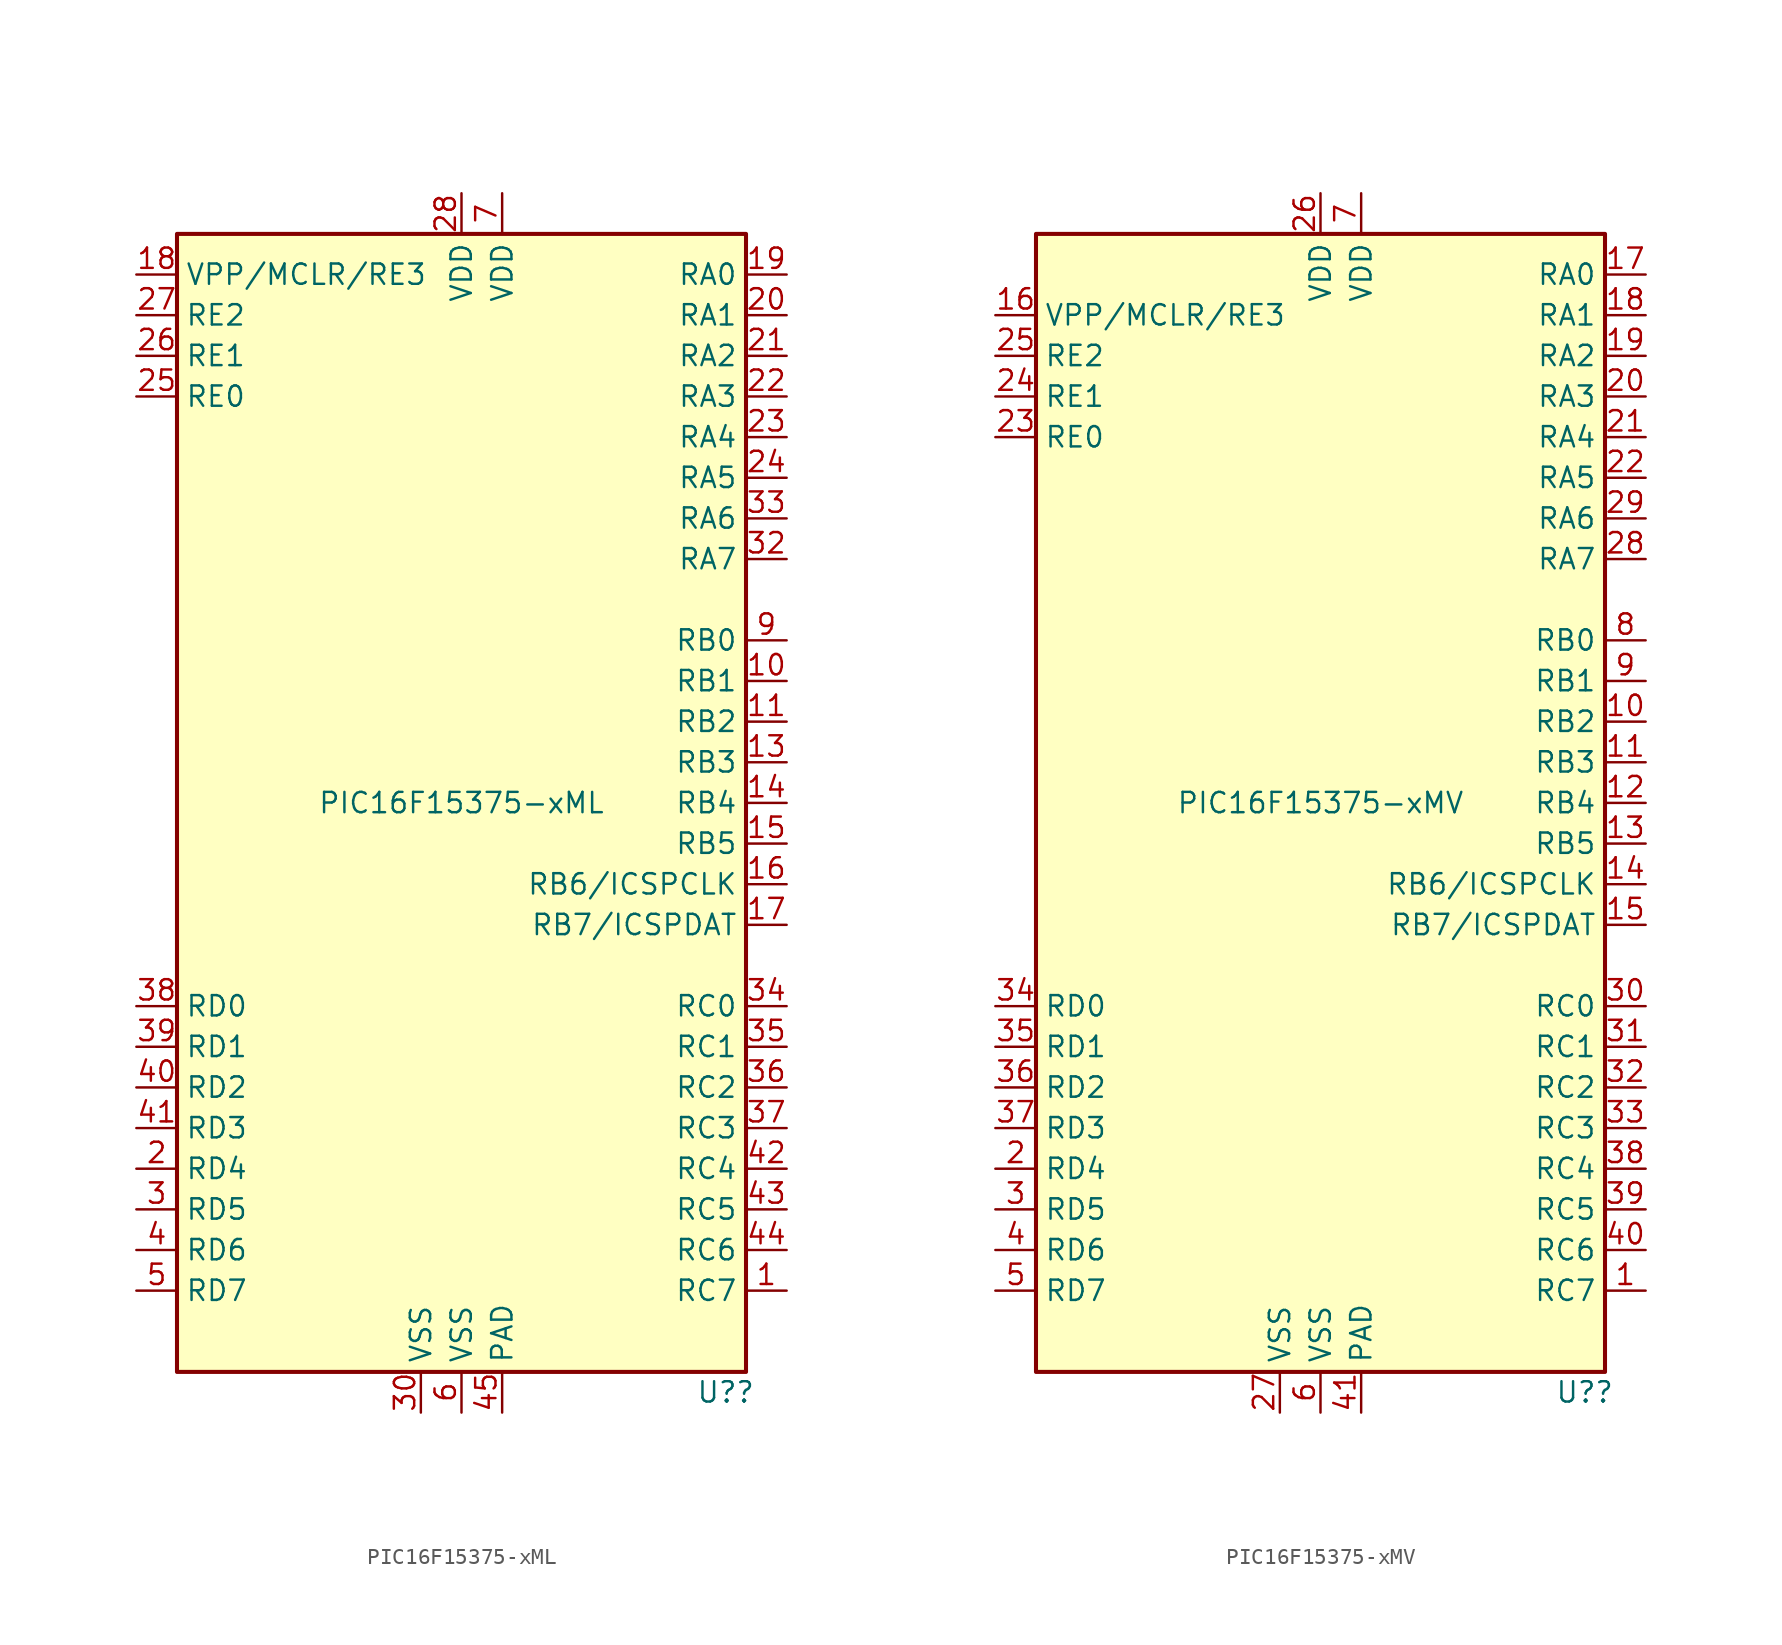
<source format=kicad_sym>
(kicad_symbol_lib
  (version 20220914)
  (generator kicad_symbol_editor)
  (symbol "PIC16F15375-xML"
    (property "Reference" "U?"
      (at 16.51 -36.83 0)
      (effects (font (size 1.27 1.27))))
    (property "Value" "PIC16F15375-xML"
      (at 0 0 0)
      (effects (font (size 1.27 1.27))))
    (symbol "PIC16F15375-xML_0_0"
      (pin no_connect line (at -17.78 0 0) (length 2.54) hide (name "NC" (effects (font (size 1.27 1.27)))) (number "13" (effects (font (size 1.27 1.27)))))
      (pin no_connect line (at -17.78 2.54 0) (length 2.54) hide (name "NC" (effects (font (size 1.27 1.27)))) (number "29" (effects (font (size 1.27 1.27)))))
      (pin no_connect line (at -17.78 7.62 0) (length 2.54) hide (name "NC" (effects (font (size 1.27 1.27)))) (number "31" (effects (font (size 1.27 1.27)))))
      (pin power_in line (at 2.54 -38.1 90) (length 2.54) (name "PAD" (effects (font (size 1.27 1.27)))) (number "45" (effects (font (size 1.27 1.27)))))
      (pin no_connect line (at -17.78 5.08 0) (length 2.54) hide (name "NC" (effects (font (size 1.27 1.27)))) (number "8" (effects (font (size 1.27 1.27))))))
    (symbol "PIC16F15375-xML_0_1"
      (rectangle (start -17.78 35.56) (end 17.78 -35.56) (stroke (width 0.254) (type default)) (fill (type background))))
    (symbol "PIC16F15375-xML_1_1"
      (pin bidirectional line (at 20.32 -30.48 180) (length 2.54) (name "RC7" (effects (font (size 1.27 1.27)))) (number "1" (effects (font (size 1.27 1.27)))))
      (pin bidirectional line (at 20.32 7.62 180) (length 2.54) (name "RB1" (effects (font (size 1.27 1.27)))) (number "10" (effects (font (size 1.27 1.27)))))
      (pin bidirectional line (at 20.32 5.08 180) (length 2.54) (name "RB2" (effects (font (size 1.27 1.27)))) (number "11" (effects (font (size 1.27 1.27)))))
      (pin bidirectional line (at 20.32 2.54 180) (length 2.54) (name "RB3" (effects (font (size 1.27 1.27)))) (number "13" (effects (font (size 1.27 1.27)))))
      (pin bidirectional line (at 20.32 0 180) (length 2.54) (name "RB4" (effects (font (size 1.27 1.27)))) (number "14" (effects (font (size 1.27 1.27)))))
      (pin bidirectional line (at 20.32 -2.54 180) (length 2.54) (name "RB5" (effects (font (size 1.27 1.27)))) (number "15" (effects (font (size 1.27 1.27)))))
      (pin bidirectional line (at 20.32 -5.08 180) (length 2.54) (name "RB6/ICSPCLK" (effects (font (size 1.27 1.27)))) (number "16" (effects (font (size 1.27 1.27)))))
      (pin bidirectional line (at 20.32 -7.62 180) (length 2.54) (name "RB7/ICSPDAT" (effects (font (size 1.27 1.27)))) (number "17" (effects (font (size 1.27 1.27)))))
      (pin bidirectional line (at -20.32 33.02 0) (length 2.54) (name "VPP/MCLR/RE3" (effects (font (size 1.27 1.27)))) (number "18" (effects (font (size 1.27 1.27)))))
      (pin bidirectional line (at 20.32 33.02 180) (length 2.54) (name "RA0" (effects (font (size 1.27 1.27)))) (number "19" (effects (font (size 1.27 1.27)))))
      (pin bidirectional line (at -20.32 -22.86 0) (length 2.54) (name "RD4" (effects (font (size 1.27 1.27)))) (number "2" (effects (font (size 1.27 1.27)))))
      (pin bidirectional line (at 20.32 30.48 180) (length 2.54) (name "RA1" (effects (font (size 1.27 1.27)))) (number "20" (effects (font (size 1.27 1.27)))))
      (pin bidirectional line (at 20.32 27.94 180) (length 2.54) (name "RA2" (effects (font (size 1.27 1.27)))) (number "21" (effects (font (size 1.27 1.27)))))
      (pin bidirectional line (at 20.32 25.4 180) (length 2.54) (name "RA3" (effects (font (size 1.27 1.27)))) (number "22" (effects (font (size 1.27 1.27)))))
      (pin bidirectional line (at 20.32 22.86 180) (length 2.54) (name "RA4" (effects (font (size 1.27 1.27)))) (number "23" (effects (font (size 1.27 1.27)))))
      (pin bidirectional line (at 20.32 20.32 180) (length 2.54) (name "RA5" (effects (font (size 1.27 1.27)))) (number "24" (effects (font (size 1.27 1.27)))))
      (pin bidirectional line (at -20.32 25.4 0) (length 2.54) (name "RE0" (effects (font (size 1.27 1.27)))) (number "25" (effects (font (size 1.27 1.27)))))
      (pin bidirectional line (at -20.32 27.94 0) (length 2.54) (name "RE1" (effects (font (size 1.27 1.27)))) (number "26" (effects (font (size 1.27 1.27)))))
      (pin bidirectional line (at -20.32 30.48 0) (length 2.54) (name "RE2" (effects (font (size 1.27 1.27)))) (number "27" (effects (font (size 1.27 1.27)))))
      (pin power_in line (at 0 38.1 270) (length 2.54) (name "VDD" (effects (font (size 1.27 1.27)))) (number "28" (effects (font (size 1.27 1.27)))))
      (pin bidirectional line (at -20.32 -25.4 0) (length 2.54) (name "RD5" (effects (font (size 1.27 1.27)))) (number "3" (effects (font (size 1.27 1.27)))))
      (pin power_in line (at -2.54 -38.1 90) (length 2.54) (name "VSS" (effects (font (size 1.27 1.27)))) (number "30" (effects (font (size 1.27 1.27)))))
      (pin bidirectional line (at 20.32 15.24 180) (length 2.54) (name "RA7" (effects (font (size 1.27 1.27)))) (number "32" (effects (font (size 1.27 1.27)))))
      (pin bidirectional line (at 20.32 17.78 180) (length 2.54) (name "RA6" (effects (font (size 1.27 1.27)))) (number "33" (effects (font (size 1.27 1.27)))))
      (pin bidirectional line (at 20.32 -12.7 180) (length 2.54) (name "RC0" (effects (font (size 1.27 1.27)))) (number "34" (effects (font (size 1.27 1.27)))))
      (pin bidirectional line (at 20.32 -15.24 180) (length 2.54) (name "RC1" (effects (font (size 1.27 1.27)))) (number "35" (effects (font (size 1.27 1.27)))))
      (pin bidirectional line (at 20.32 -17.78 180) (length 2.54) (name "RC2" (effects (font (size 1.27 1.27)))) (number "36" (effects (font (size 1.27 1.27)))))
      (pin bidirectional line (at 20.32 -20.32 180) (length 2.54) (name "RC3" (effects (font (size 1.27 1.27)))) (number "37" (effects (font (size 1.27 1.27)))))
      (pin bidirectional line (at -20.32 -12.7 0) (length 2.54) (name "RD0" (effects (font (size 1.27 1.27)))) (number "38" (effects (font (size 1.27 1.27)))))
      (pin bidirectional line (at -20.32 -15.24 0) (length 2.54) (name "RD1" (effects (font (size 1.27 1.27)))) (number "39" (effects (font (size 1.27 1.27)))))
      (pin bidirectional line (at -20.32 -27.94 0) (length 2.54) (name "RD6" (effects (font (size 1.27 1.27)))) (number "4" (effects (font (size 1.27 1.27)))))
      (pin bidirectional line (at -20.32 -17.78 0) (length 2.54) (name "RD2" (effects (font (size 1.27 1.27)))) (number "40" (effects (font (size 1.27 1.27)))))
      (pin bidirectional line (at -20.32 -20.32 0) (length 2.54) (name "RD3" (effects (font (size 1.27 1.27)))) (number "41" (effects (font (size 1.27 1.27)))))
      (pin bidirectional line (at 20.32 -22.86 180) (length 2.54) (name "RC4" (effects (font (size 1.27 1.27)))) (number "42" (effects (font (size 1.27 1.27)))))
      (pin bidirectional line (at 20.32 -25.4 180) (length 2.54) (name "RC5" (effects (font (size 1.27 1.27)))) (number "43" (effects (font (size 1.27 1.27)))))
      (pin bidirectional line (at 20.32 -27.94 180) (length 2.54) (name "RC6" (effects (font (size 1.27 1.27)))) (number "44" (effects (font (size 1.27 1.27)))))
      (pin bidirectional line (at -20.32 -30.48 0) (length 2.54) (name "RD7" (effects (font (size 1.27 1.27)))) (number "5" (effects (font (size 1.27 1.27)))))
      (pin power_in line (at 0 -38.1 90) (length 2.54) (name "VSS" (effects (font (size 1.27 1.27)))) (number "6" (effects (font (size 1.27 1.27)))))
      (pin power_in line (at 2.54 38.1 270) (length 2.54) (name "VDD" (effects (font (size 1.27 1.27)))) (number "7" (effects (font (size 1.27 1.27)))))
      (pin bidirectional line (at 20.32 10.16 180) (length 2.54) (name "RB0" (effects (font (size 1.27 1.27)))) (number "9" (effects (font (size 1.27 1.27)))))))
  (symbol "PIC16F15375-xMV"
    (property "Reference" "U?"
      (at 16.51 -36.83 0)
      (effects (font (size 1.27 1.27))))
    (property "Value" "PIC16F15375-xMV"
      (at 0 0 0)
      (effects (font (size 1.27 1.27))))
    (symbol "PIC16F15375-xMV_0_0"
      (pin power_in line (at 2.54 -38.1 90) (length 2.54) (name "PAD" (effects (font (size 1.27 1.27)))) (number "41" (effects (font (size 1.27 1.27))))))
    (symbol "PIC16F15375-xMV_0_1"
      (rectangle (start -17.78 35.56) (end 17.78 -35.56) (stroke (width 0.254) (type default)) (fill (type background))))
    (symbol "PIC16F15375-xMV_1_1"
      (pin bidirectional line (at 20.32 -30.48 180) (length 2.54) (name "RC7" (effects (font (size 1.27 1.27)))) (number "1" (effects (font (size 1.27 1.27)))))
      (pin bidirectional line (at 20.32 5.08 180) (length 2.54) (name "RB2" (effects (font (size 1.27 1.27)))) (number "10" (effects (font (size 1.27 1.27)))))
      (pin bidirectional line (at 20.32 2.54 180) (length 2.54) (name "RB3" (effects (font (size 1.27 1.27)))) (number "11" (effects (font (size 1.27 1.27)))))
      (pin bidirectional line (at 20.32 0 180) (length 2.54) (name "RB4" (effects (font (size 1.27 1.27)))) (number "12" (effects (font (size 1.27 1.27)))))
      (pin bidirectional line (at 20.32 -2.54 180) (length 2.54) (name "RB5" (effects (font (size 1.27 1.27)))) (number "13" (effects (font (size 1.27 1.27)))))
      (pin bidirectional line (at 20.32 -5.08 180) (length 2.54) (name "RB6/ICSPCLK" (effects (font (size 1.27 1.27)))) (number "14" (effects (font (size 1.27 1.27)))))
      (pin bidirectional line (at 20.32 -7.62 180) (length 2.54) (name "RB7/ICSPDAT" (effects (font (size 1.27 1.27)))) (number "15" (effects (font (size 1.27 1.27)))))
      (pin bidirectional line (at -20.32 30.48 0) (length 2.54) (name "VPP/MCLR/RE3" (effects (font (size 1.27 1.27)))) (number "16" (effects (font (size 1.27 1.27)))))
      (pin bidirectional line (at 20.32 33.02 180) (length 2.54) (name "RA0" (effects (font (size 1.27 1.27)))) (number "17" (effects (font (size 1.27 1.27)))))
      (pin bidirectional line (at 20.32 30.48 180) (length 2.54) (name "RA1" (effects (font (size 1.27 1.27)))) (number "18" (effects (font (size 1.27 1.27)))))
      (pin bidirectional line (at 20.32 27.94 180) (length 2.54) (name "RA2" (effects (font (size 1.27 1.27)))) (number "19" (effects (font (size 1.27 1.27)))))
      (pin bidirectional line (at -20.32 -22.86 0) (length 2.54) (name "RD4" (effects (font (size 1.27 1.27)))) (number "2" (effects (font (size 1.27 1.27)))))
      (pin bidirectional line (at 20.32 25.4 180) (length 2.54) (name "RA3" (effects (font (size 1.27 1.27)))) (number "20" (effects (font (size 1.27 1.27)))))
      (pin bidirectional line (at 20.32 22.86 180) (length 2.54) (name "RA4" (effects (font (size 1.27 1.27)))) (number "21" (effects (font (size 1.27 1.27)))))
      (pin bidirectional line (at 20.32 20.32 180) (length 2.54) (name "RA5" (effects (font (size 1.27 1.27)))) (number "22" (effects (font (size 1.27 1.27)))))
      (pin bidirectional line (at -20.32 22.86 0) (length 2.54) (name "RE0" (effects (font (size 1.27 1.27)))) (number "23" (effects (font (size 1.27 1.27)))))
      (pin bidirectional line (at -20.32 25.4 0) (length 2.54) (name "RE1" (effects (font (size 1.27 1.27)))) (number "24" (effects (font (size 1.27 1.27)))))
      (pin bidirectional line (at -20.32 27.94 0) (length 2.54) (name "RE2" (effects (font (size 1.27 1.27)))) (number "25" (effects (font (size 1.27 1.27)))))
      (pin power_in line (at 0 38.1 270) (length 2.54) (name "VDD" (effects (font (size 1.27 1.27)))) (number "26" (effects (font (size 1.27 1.27)))))
      (pin power_in line (at -2.54 -38.1 90) (length 2.54) (name "VSS" (effects (font (size 1.27 1.27)))) (number "27" (effects (font (size 1.27 1.27)))))
      (pin bidirectional line (at 20.32 15.24 180) (length 2.54) (name "RA7" (effects (font (size 1.27 1.27)))) (number "28" (effects (font (size 1.27 1.27)))))
      (pin bidirectional line (at 20.32 17.78 180) (length 2.54) (name "RA6" (effects (font (size 1.27 1.27)))) (number "29" (effects (font (size 1.27 1.27)))))
      (pin bidirectional line (at -20.32 -25.4 0) (length 2.54) (name "RD5" (effects (font (size 1.27 1.27)))) (number "3" (effects (font (size 1.27 1.27)))))
      (pin bidirectional line (at 20.32 -12.7 180) (length 2.54) (name "RC0" (effects (font (size 1.27 1.27)))) (number "30" (effects (font (size 1.27 1.27)))))
      (pin bidirectional line (at 20.32 -15.24 180) (length 2.54) (name "RC1" (effects (font (size 1.27 1.27)))) (number "31" (effects (font (size 1.27 1.27)))))
      (pin bidirectional line (at 20.32 -17.78 180) (length 2.54) (name "RC2" (effects (font (size 1.27 1.27)))) (number "32" (effects (font (size 1.27 1.27)))))
      (pin bidirectional line (at 20.32 -20.32 180) (length 2.54) (name "RC3" (effects (font (size 1.27 1.27)))) (number "33" (effects (font (size 1.27 1.27)))))
      (pin bidirectional line (at -20.32 -12.7 0) (length 2.54) (name "RD0" (effects (font (size 1.27 1.27)))) (number "34" (effects (font (size 1.27 1.27)))))
      (pin bidirectional line (at -20.32 -15.24 0) (length 2.54) (name "RD1" (effects (font (size 1.27 1.27)))) (number "35" (effects (font (size 1.27 1.27)))))
      (pin bidirectional line (at -20.32 -17.78 0) (length 2.54) (name "RD2" (effects (font (size 1.27 1.27)))) (number "36" (effects (font (size 1.27 1.27)))))
      (pin bidirectional line (at -20.32 -20.32 0) (length 2.54) (name "RD3" (effects (font (size 1.27 1.27)))) (number "37" (effects (font (size 1.27 1.27)))))
      (pin bidirectional line (at 20.32 -22.86 180) (length 2.54) (name "RC4" (effects (font (size 1.27 1.27)))) (number "38" (effects (font (size 1.27 1.27)))))
      (pin bidirectional line (at 20.32 -25.4 180) (length 2.54) (name "RC5" (effects (font (size 1.27 1.27)))) (number "39" (effects (font (size 1.27 1.27)))))
      (pin bidirectional line (at -20.32 -27.94 0) (length 2.54) (name "RD6" (effects (font (size 1.27 1.27)))) (number "4" (effects (font (size 1.27 1.27)))))
      (pin bidirectional line (at 20.32 -27.94 180) (length 2.54) (name "RC6" (effects (font (size 1.27 1.27)))) (number "40" (effects (font (size 1.27 1.27)))))
      (pin bidirectional line (at -20.32 -30.48 0) (length 2.54) (name "RD7" (effects (font (size 1.27 1.27)))) (number "5" (effects (font (size 1.27 1.27)))))
      (pin power_in line (at 0 -38.1 90) (length 2.54) (name "VSS" (effects (font (size 1.27 1.27)))) (number "6" (effects (font (size 1.27 1.27)))))
      (pin power_in line (at 2.54 38.1 270) (length 2.54) (name "VDD" (effects (font (size 1.27 1.27)))) (number "7" (effects (font (size 1.27 1.27)))))
      (pin bidirectional line (at 20.32 10.16 180) (length 2.54) (name "RB0" (effects (font (size 1.27 1.27)))) (number "8" (effects (font (size 1.27 1.27)))))
      (pin bidirectional line (at 20.32 7.62 180) (length 2.54) (name "RB1" (effects (font (size 1.27 1.27)))) (number "9" (effects (font (size 1.27 1.27))))))))
</source>
